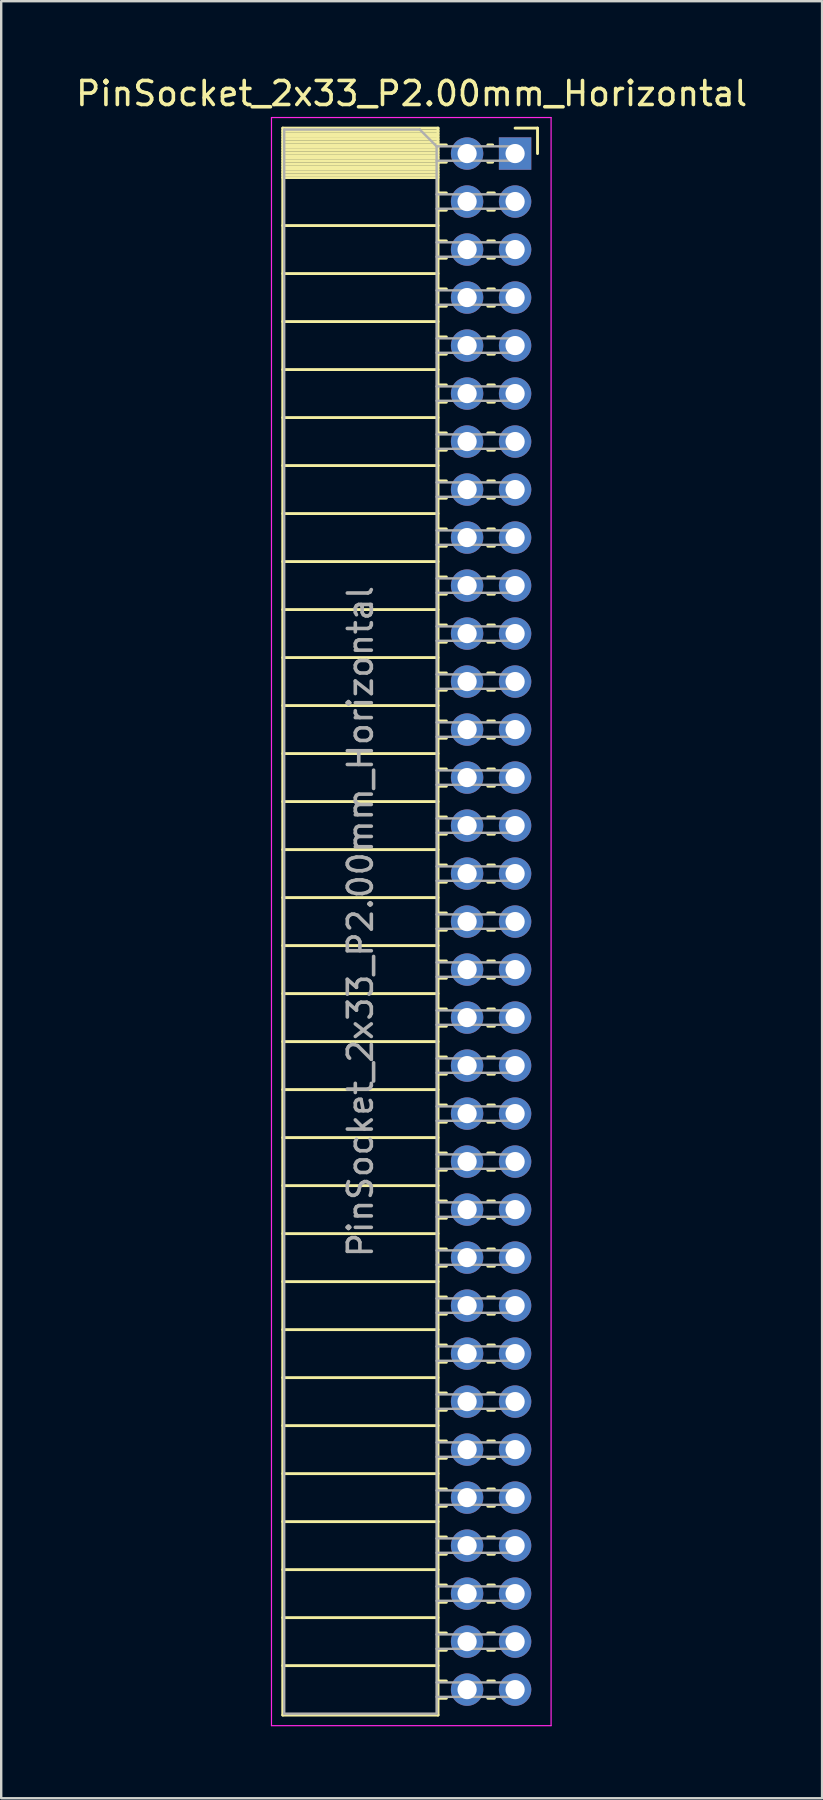
<source format=kicad_pcb>
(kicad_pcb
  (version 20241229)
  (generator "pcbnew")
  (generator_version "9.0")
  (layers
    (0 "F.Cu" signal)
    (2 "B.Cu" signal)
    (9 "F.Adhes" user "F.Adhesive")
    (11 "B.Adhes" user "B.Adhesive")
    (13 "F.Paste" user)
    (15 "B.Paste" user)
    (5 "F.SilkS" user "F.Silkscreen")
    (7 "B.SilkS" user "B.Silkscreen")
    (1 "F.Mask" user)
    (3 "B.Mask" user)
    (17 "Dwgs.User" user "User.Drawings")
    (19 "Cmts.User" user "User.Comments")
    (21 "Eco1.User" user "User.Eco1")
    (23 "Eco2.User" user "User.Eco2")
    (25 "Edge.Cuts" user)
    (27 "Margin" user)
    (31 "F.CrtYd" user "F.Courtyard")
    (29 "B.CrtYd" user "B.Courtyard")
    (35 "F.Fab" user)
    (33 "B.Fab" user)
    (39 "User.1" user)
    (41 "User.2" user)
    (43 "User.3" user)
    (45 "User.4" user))
  (footprint "PinSocket_2x33_P2.00mm_Horizontal"
    (layer "F.Cu")
    (at 18.411 3.348)
    (property "Reference" "PinSocket_2x33_P2.00mm_Horizontal" (at -4.31 -2.5 0) (layer "F.SilkS") (effects (font (size 1 1) (thickness 0.15))))
    (attr through_hole)
    (fp_line (start -9.68 -1.06) (end -9.68 65.06) (stroke (width 0.12) (type solid)) (layer "F.SilkS"))
    (fp_line (start -9.68 -1.06) (end -3.21 -1.06) (stroke (width 0.12) (type solid)) (layer "F.SilkS"))
    (fp_line (start -9.68 -0.94) (end -3.21 -0.94) (stroke (width 0.12) (type solid)) (layer "F.SilkS"))
    (fp_line (start -9.68 -0.826) (end -3.21 -0.826) (stroke (width 0.12) (type solid)) (layer "F.SilkS"))
    (fp_line (start -9.68 -0.712) (end -3.21 -0.712) (stroke (width 0.12) (type solid)) (layer "F.SilkS"))
    (fp_line (start -9.68 -0.598) (end -3.21 -0.598) (stroke (width 0.12) (type solid)) (layer "F.SilkS"))
    (fp_line (start -9.68 -0.484) (end -3.21 -0.484) (stroke (width 0.12) (type solid)) (layer "F.SilkS"))
    (fp_line (start -9.68 -0.369) (end -3.21 -0.369) (stroke (width 0.12) (type solid)) (layer "F.SilkS"))
    (fp_line (start -9.68 -0.255) (end -3.21 -0.255) (stroke (width 0.12) (type solid)) (layer "F.SilkS"))
    (fp_line (start -9.68 -0.141) (end -3.21 -0.141) (stroke (width 0.12) (type solid)) (layer "F.SilkS"))
    (fp_line (start -9.68 -0.027) (end -3.21 -0.027) (stroke (width 0.12) (type solid)) (layer "F.SilkS"))
    (fp_line (start -9.68 0.087) (end -3.21 0.087) (stroke (width 0.12) (type solid)) (layer "F.SilkS"))
    (fp_line (start -9.68 0.201) (end -3.21 0.201) (stroke (width 0.12) (type solid)) (layer "F.SilkS"))
    (fp_line (start -9.68 0.315) (end -3.21 0.315) (stroke (width 0.12) (type solid)) (layer "F.SilkS"))
    (fp_line (start -9.68 0.429) (end -3.21 0.429) (stroke (width 0.12) (type solid)) (layer "F.SilkS"))
    (fp_line (start -9.68 0.544) (end -3.21 0.544) (stroke (width 0.12) (type solid)) (layer "F.SilkS"))
    (fp_line (start -9.68 0.658) (end -3.21 0.658) (stroke (width 0.12) (type solid)) (layer "F.SilkS"))
    (fp_line (start -9.68 0.772) (end -3.21 0.772) (stroke (width 0.12) (type solid)) (layer "F.SilkS"))
    (fp_line (start -9.68 0.886) (end -3.21 0.886) (stroke (width 0.12) (type solid)) (layer "F.SilkS"))
    (fp_line (start -9.68 1) (end -3.21 1) (stroke (width 0.12) (type solid)) (layer "F.SilkS"))
    (fp_line (start -9.68 3) (end -3.21 3) (stroke (width 0.12) (type solid)) (layer "F.SilkS"))
    (fp_line (start -9.68 5) (end -3.21 5) (stroke (width 0.12) (type solid)) (layer "F.SilkS"))
    (fp_line (start -9.68 7) (end -3.21 7) (stroke (width 0.12) (type solid)) (layer "F.SilkS"))
    (fp_line (start -9.68 9) (end -3.21 9) (stroke (width 0.12) (type solid)) (layer "F.SilkS"))
    (fp_line (start -9.68 11) (end -3.21 11) (stroke (width 0.12) (type solid)) (layer "F.SilkS"))
    (fp_line (start -9.68 13) (end -3.21 13) (stroke (width 0.12) (type solid)) (layer "F.SilkS"))
    (fp_line (start -9.68 15) (end -3.21 15) (stroke (width 0.12) (type solid)) (layer "F.SilkS"))
    (fp_line (start -9.68 17) (end -3.21 17) (stroke (width 0.12) (type solid)) (layer "F.SilkS"))
    (fp_line (start -9.68 19) (end -3.21 19) (stroke (width 0.12) (type solid)) (layer "F.SilkS"))
    (fp_line (start -9.68 21) (end -3.21 21) (stroke (width 0.12) (type solid)) (layer "F.SilkS"))
    (fp_line (start -9.68 23) (end -3.21 23) (stroke (width 0.12) (type solid)) (layer "F.SilkS"))
    (fp_line (start -9.68 25) (end -3.21 25) (stroke (width 0.12) (type solid)) (layer "F.SilkS"))
    (fp_line (start -9.68 27) (end -3.21 27) (stroke (width 0.12) (type solid)) (layer "F.SilkS"))
    (fp_line (start -9.68 29) (end -3.21 29) (stroke (width 0.12) (type solid)) (layer "F.SilkS"))
    (fp_line (start -9.68 31) (end -3.21 31) (stroke (width 0.12) (type solid)) (layer "F.SilkS"))
    (fp_line (start -9.68 33) (end -3.21 33) (stroke (width 0.12) (type solid)) (layer "F.SilkS"))
    (fp_line (start -9.68 35) (end -3.21 35) (stroke (width 0.12) (type solid)) (layer "F.SilkS"))
    (fp_line (start -9.68 37) (end -3.21 37) (stroke (width 0.12) (type solid)) (layer "F.SilkS"))
    (fp_line (start -9.68 39) (end -3.21 39) (stroke (width 0.12) (type solid)) (layer "F.SilkS"))
    (fp_line (start -9.68 41) (end -3.21 41) (stroke (width 0.12) (type solid)) (layer "F.SilkS"))
    (fp_line (start -9.68 43) (end -3.21 43) (stroke (width 0.12) (type solid)) (layer "F.SilkS"))
    (fp_line (start -9.68 45) (end -3.21 45) (stroke (width 0.12) (type solid)) (layer "F.SilkS"))
    (fp_line (start -9.68 47) (end -3.21 47) (stroke (width 0.12) (type solid)) (layer "F.SilkS"))
    (fp_line (start -9.68 49) (end -3.21 49) (stroke (width 0.12) (type solid)) (layer "F.SilkS"))
    (fp_line (start -9.68 51) (end -3.21 51) (stroke (width 0.12) (type solid)) (layer "F.SilkS"))
    (fp_line (start -9.68 53) (end -3.21 53) (stroke (width 0.12) (type solid)) (layer "F.SilkS"))
    (fp_line (start -9.68 55) (end -3.21 55) (stroke (width 0.12) (type solid)) (layer "F.SilkS"))
    (fp_line (start -9.68 57) (end -3.21 57) (stroke (width 0.12) (type solid)) (layer "F.SilkS"))
    (fp_line (start -9.68 59) (end -3.21 59) (stroke (width 0.12) (type solid)) (layer "F.SilkS"))
    (fp_line (start -9.68 61) (end -3.21 61) (stroke (width 0.12) (type solid)) (layer "F.SilkS"))
    (fp_line (start -9.68 63) (end -3.21 63) (stroke (width 0.12) (type solid)) (layer "F.SilkS"))
    (fp_line (start -9.68 65.06) (end -3.21 65.06) (stroke (width 0.12) (type solid)) (layer "F.SilkS"))
    (fp_line (start -3.21 -1.06) (end -3.21 65.06) (stroke (width 0.12) (type solid)) (layer "F.SilkS"))
    (fp_line (start -3.21 -0.36) (end -2.863 -0.36) (stroke (width 0.12) (type solid)) (layer "F.SilkS"))
    (fp_line (start -3.21 0.36) (end -2.863 0.36) (stroke (width 0.12) (type solid)) (layer "F.SilkS"))
    (fp_line (start -3.21 1.64) (end -2.863 1.64) (stroke (width 0.12) (type solid)) (layer "F.SilkS"))
    (fp_line (start -3.21 2.36) (end -2.863 2.36) (stroke (width 0.12) (type solid)) (layer "F.SilkS"))
    (fp_line (start -3.21 3.64) (end -2.863 3.64) (stroke (width 0.12) (type solid)) (layer "F.SilkS"))
    (fp_line (start -3.21 4.36) (end -2.863 4.36) (stroke (width 0.12) (type solid)) (layer "F.SilkS"))
    (fp_line (start -3.21 5.64) (end -2.863 5.64) (stroke (width 0.12) (type solid)) (layer "F.SilkS"))
    (fp_line (start -3.21 6.36) (end -2.863 6.36) (stroke (width 0.12) (type solid)) (layer "F.SilkS"))
    (fp_line (start -3.21 7.64) (end -2.863 7.64) (stroke (width 0.12) (type solid)) (layer "F.SilkS"))
    (fp_line (start -3.21 8.36) (end -2.863 8.36) (stroke (width 0.12) (type solid)) (layer "F.SilkS"))
    (fp_line (start -3.21 9.64) (end -2.863 9.64) (stroke (width 0.12) (type solid)) (layer "F.SilkS"))
    (fp_line (start -3.21 10.36) (end -2.863 10.36) (stroke (width 0.12) (type solid)) (layer "F.SilkS"))
    (fp_line (start -3.21 11.64) (end -2.863 11.64) (stroke (width 0.12) (type solid)) (layer "F.SilkS"))
    (fp_line (start -3.21 12.36) (end -2.863 12.36) (stroke (width 0.12) (type solid)) (layer "F.SilkS"))
    (fp_line (start -3.21 13.64) (end -2.863 13.64) (stroke (width 0.12) (type solid)) (layer "F.SilkS"))
    (fp_line (start -3.21 14.36) (end -2.863 14.36) (stroke (width 0.12) (type solid)) (layer "F.SilkS"))
    (fp_line (start -3.21 15.64) (end -2.863 15.64) (stroke (width 0.12) (type solid)) (layer "F.SilkS"))
    (fp_line (start -3.21 16.36) (end -2.863 16.36) (stroke (width 0.12) (type solid)) (layer "F.SilkS"))
    (fp_line (start -3.21 17.64) (end -2.863 17.64) (stroke (width 0.12) (type solid)) (layer "F.SilkS"))
    (fp_line (start -3.21 18.36) (end -2.863 18.36) (stroke (width 0.12) (type solid)) (layer "F.SilkS"))
    (fp_line (start -3.21 19.64) (end -2.863 19.64) (stroke (width 0.12) (type solid)) (layer "F.SilkS"))
    (fp_line (start -3.21 20.36) (end -2.863 20.36) (stroke (width 0.12) (type solid)) (layer "F.SilkS"))
    (fp_line (start -3.21 21.64) (end -2.863 21.64) (stroke (width 0.12) (type solid)) (layer "F.SilkS"))
    (fp_line (start -3.21 22.36) (end -2.863 22.36) (stroke (width 0.12) (type solid)) (layer "F.SilkS"))
    (fp_line (start -3.21 23.64) (end -2.863 23.64) (stroke (width 0.12) (type solid)) (layer "F.SilkS"))
    (fp_line (start -3.21 24.36) (end -2.863 24.36) (stroke (width 0.12) (type solid)) (layer "F.SilkS"))
    (fp_line (start -3.21 25.64) (end -2.863 25.64) (stroke (width 0.12) (type solid)) (layer "F.SilkS"))
    (fp_line (start -3.21 26.36) (end -2.863 26.36) (stroke (width 0.12) (type solid)) (layer "F.SilkS"))
    (fp_line (start -3.21 27.64) (end -2.863 27.64) (stroke (width 0.12) (type solid)) (layer "F.SilkS"))
    (fp_line (start -3.21 28.36) (end -2.863 28.36) (stroke (width 0.12) (type solid)) (layer "F.SilkS"))
    (fp_line (start -3.21 29.64) (end -2.863 29.64) (stroke (width 0.12) (type solid)) (layer "F.SilkS"))
    (fp_line (start -3.21 30.36) (end -2.863 30.36) (stroke (width 0.12) (type solid)) (layer "F.SilkS"))
    (fp_line (start -3.21 31.64) (end -2.863 31.64) (stroke (width 0.12) (type solid)) (layer "F.SilkS"))
    (fp_line (start -3.21 32.36) (end -2.863 32.36) (stroke (width 0.12) (type solid)) (layer "F.SilkS"))
    (fp_line (start -3.21 33.64) (end -2.863 33.64) (stroke (width 0.12) (type solid)) (layer "F.SilkS"))
    (fp_line (start -3.21 34.36) (end -2.863 34.36) (stroke (width 0.12) (type solid)) (layer "F.SilkS"))
    (fp_line (start -3.21 35.64) (end -2.863 35.64) (stroke (width 0.12) (type solid)) (layer "F.SilkS"))
    (fp_line (start -3.21 36.36) (end -2.863 36.36) (stroke (width 0.12) (type solid)) (layer "F.SilkS"))
    (fp_line (start -3.21 37.64) (end -2.863 37.64) (stroke (width 0.12) (type solid)) (layer "F.SilkS"))
    (fp_line (start -3.21 38.36) (end -2.863 38.36) (stroke (width 0.12) (type solid)) (layer "F.SilkS"))
    (fp_line (start -3.21 39.64) (end -2.863 39.64) (stroke (width 0.12) (type solid)) (layer "F.SilkS"))
    (fp_line (start -3.21 40.36) (end -2.863 40.36) (stroke (width 0.12) (type solid)) (layer "F.SilkS"))
    (fp_line (start -3.21 41.64) (end -2.863 41.64) (stroke (width 0.12) (type solid)) (layer "F.SilkS"))
    (fp_line (start -3.21 42.36) (end -2.863 42.36) (stroke (width 0.12) (type solid)) (layer "F.SilkS"))
    (fp_line (start -3.21 43.64) (end -2.863 43.64) (stroke (width 0.12) (type solid)) (layer "F.SilkS"))
    (fp_line (start -3.21 44.36) (end -2.863 44.36) (stroke (width 0.12) (type solid)) (layer "F.SilkS"))
    (fp_line (start -3.21 45.64) (end -2.863 45.64) (stroke (width 0.12) (type solid)) (layer "F.SilkS"))
    (fp_line (start -3.21 46.36) (end -2.863 46.36) (stroke (width 0.12) (type solid)) (layer "F.SilkS"))
    (fp_line (start -3.21 47.64) (end -2.863 47.64) (stroke (width 0.12) (type solid)) (layer "F.SilkS"))
    (fp_line (start -3.21 48.36) (end -2.863 48.36) (stroke (width 0.12) (type solid)) (layer "F.SilkS"))
    (fp_line (start -3.21 49.64) (end -2.863 49.64) (stroke (width 0.12) (type solid)) (layer "F.SilkS"))
    (fp_line (start -3.21 50.36) (end -2.863 50.36) (stroke (width 0.12) (type solid)) (layer "F.SilkS"))
    (fp_line (start -3.21 51.64) (end -2.863 51.64) (stroke (width 0.12) (type solid)) (layer "F.SilkS"))
    (fp_line (start -3.21 52.36) (end -2.863 52.36) (stroke (width 0.12) (type solid)) (layer "F.SilkS"))
    (fp_line (start -3.21 53.64) (end -2.863 53.64) (stroke (width 0.12) (type solid)) (layer "F.SilkS"))
    (fp_line (start -3.21 54.36) (end -2.863 54.36) (stroke (width 0.12) (type solid)) (layer "F.SilkS"))
    (fp_line (start -3.21 55.64) (end -2.863 55.64) (stroke (width 0.12) (type solid)) (layer "F.SilkS"))
    (fp_line (start -3.21 56.36) (end -2.863 56.36) (stroke (width 0.12) (type solid)) (layer "F.SilkS"))
    (fp_line (start -3.21 57.64) (end -2.863 57.64) (stroke (width 0.12) (type solid)) (layer "F.SilkS"))
    (fp_line (start -3.21 58.36) (end -2.863 58.36) (stroke (width 0.12) (type solid)) (layer "F.SilkS"))
    (fp_line (start -3.21 59.64) (end -2.863 59.64) (stroke (width 0.12) (type solid)) (layer "F.SilkS"))
    (fp_line (start -3.21 60.36) (end -2.863 60.36) (stroke (width 0.12) (type solid)) (layer "F.SilkS"))
    (fp_line (start -3.21 61.64) (end -2.863 61.64) (stroke (width 0.12) (type solid)) (layer "F.SilkS"))
    (fp_line (start -3.21 62.36) (end -2.863 62.36) (stroke (width 0.12) (type solid)) (layer "F.SilkS"))
    (fp_line (start -3.21 63.64) (end -2.863 63.64) (stroke (width 0.12) (type solid)) (layer "F.SilkS"))
    (fp_line (start -3.21 64.36) (end -2.863 64.36) (stroke (width 0.12) (type solid)) (layer "F.SilkS"))
    (fp_line (start -1.137 -0.36) (end -0.935 -0.36) (stroke (width 0.12) (type solid)) (layer "F.SilkS"))
    (fp_line (start -1.137 0.36) (end -0.935 0.36) (stroke (width 0.12) (type solid)) (layer "F.SilkS"))
    (fp_line (start -1.137 1.64) (end -0.863 1.64) (stroke (width 0.12) (type solid)) (layer "F.SilkS"))
    (fp_line (start -1.137 2.36) (end -0.863 2.36) (stroke (width 0.12) (type solid)) (layer "F.SilkS"))
    (fp_line (start -1.137 3.64) (end -0.863 3.64) (stroke (width 0.12) (type solid)) (layer "F.SilkS"))
    (fp_line (start -1.137 4.36) (end -0.863 4.36) (stroke (width 0.12) (type solid)) (layer "F.SilkS"))
    (fp_line (start -1.137 5.64) (end -0.863 5.64) (stroke (width 0.12) (type solid)) (layer "F.SilkS"))
    (fp_line (start -1.137 6.36) (end -0.863 6.36) (stroke (width 0.12) (type solid)) (layer "F.SilkS"))
    (fp_line (start -1.137 7.64) (end -0.863 7.64) (stroke (width 0.12) (type solid)) (layer "F.SilkS"))
    (fp_line (start -1.137 8.36) (end -0.863 8.36) (stroke (width 0.12) (type solid)) (layer "F.SilkS"))
    (fp_line (start -1.137 9.64) (end -0.863 9.64) (stroke (width 0.12) (type solid)) (layer "F.SilkS"))
    (fp_line (start -1.137 10.36) (end -0.863 10.36) (stroke (width 0.12) (type solid)) (layer "F.SilkS"))
    (fp_line (start -1.137 11.64) (end -0.863 11.64) (stroke (width 0.12) (type solid)) (layer "F.SilkS"))
    (fp_line (start -1.137 12.36) (end -0.863 12.36) (stroke (width 0.12) (type solid)) (layer "F.SilkS"))
    (fp_line (start -1.137 13.64) (end -0.863 13.64) (stroke (width 0.12) (type solid)) (layer "F.SilkS"))
    (fp_line (start -1.137 14.36) (end -0.863 14.36) (stroke (width 0.12) (type solid)) (layer "F.SilkS"))
    (fp_line (start -1.137 15.64) (end -0.863 15.64) (stroke (width 0.12) (type solid)) (layer "F.SilkS"))
    (fp_line (start -1.137 16.36) (end -0.863 16.36) (stroke (width 0.12) (type solid)) (layer "F.SilkS"))
    (fp_line (start -1.137 17.64) (end -0.863 17.64) (stroke (width 0.12) (type solid)) (layer "F.SilkS"))
    (fp_line (start -1.137 18.36) (end -0.863 18.36) (stroke (width 0.12) (type solid)) (layer "F.SilkS"))
    (fp_line (start -1.137 19.64) (end -0.863 19.64) (stroke (width 0.12) (type solid)) (layer "F.SilkS"))
    (fp_line (start -1.137 20.36) (end -0.863 20.36) (stroke (width 0.12) (type solid)) (layer "F.SilkS"))
    (fp_line (start -1.137 21.64) (end -0.863 21.64) (stroke (width 0.12) (type solid)) (layer "F.SilkS"))
    (fp_line (start -1.137 22.36) (end -0.863 22.36) (stroke (width 0.12) (type solid)) (layer "F.SilkS"))
    (fp_line (start -1.137 23.64) (end -0.863 23.64) (stroke (width 0.12) (type solid)) (layer "F.SilkS"))
    (fp_line (start -1.137 24.36) (end -0.863 24.36) (stroke (width 0.12) (type solid)) (layer "F.SilkS"))
    (fp_line (start -1.137 25.64) (end -0.863 25.64) (stroke (width 0.12) (type solid)) (layer "F.SilkS"))
    (fp_line (start -1.137 26.36) (end -0.863 26.36) (stroke (width 0.12) (type solid)) (layer "F.SilkS"))
    (fp_line (start -1.137 27.64) (end -0.863 27.64) (stroke (width 0.12) (type solid)) (layer "F.SilkS"))
    (fp_line (start -1.137 28.36) (end -0.863 28.36) (stroke (width 0.12) (type solid)) (layer "F.SilkS"))
    (fp_line (start -1.137 29.64) (end -0.863 29.64) (stroke (width 0.12) (type solid)) (layer "F.SilkS"))
    (fp_line (start -1.137 30.36) (end -0.863 30.36) (stroke (width 0.12) (type solid)) (layer "F.SilkS"))
    (fp_line (start -1.137 31.64) (end -0.863 31.64) (stroke (width 0.12) (type solid)) (layer "F.SilkS"))
    (fp_line (start -1.137 32.36) (end -0.863 32.36) (stroke (width 0.12) (type solid)) (layer "F.SilkS"))
    (fp_line (start -1.137 33.64) (end -0.863 33.64) (stroke (width 0.12) (type solid)) (layer "F.SilkS"))
    (fp_line (start -1.137 34.36) (end -0.863 34.36) (stroke (width 0.12) (type solid)) (layer "F.SilkS"))
    (fp_line (start -1.137 35.64) (end -0.863 35.64) (stroke (width 0.12) (type solid)) (layer "F.SilkS"))
    (fp_line (start -1.137 36.36) (end -0.863 36.36) (stroke (width 0.12) (type solid)) (layer "F.SilkS"))
    (fp_line (start -1.137 37.64) (end -0.863 37.64) (stroke (width 0.12) (type solid)) (layer "F.SilkS"))
    (fp_line (start -1.137 38.36) (end -0.863 38.36) (stroke (width 0.12) (type solid)) (layer "F.SilkS"))
    (fp_line (start -1.137 39.64) (end -0.863 39.64) (stroke (width 0.12) (type solid)) (layer "F.SilkS"))
    (fp_line (start -1.137 40.36) (end -0.863 40.36) (stroke (width 0.12) (type solid)) (layer "F.SilkS"))
    (fp_line (start -1.137 41.64) (end -0.863 41.64) (stroke (width 0.12) (type solid)) (layer "F.SilkS"))
    (fp_line (start -1.137 42.36) (end -0.863 42.36) (stroke (width 0.12) (type solid)) (layer "F.SilkS"))
    (fp_line (start -1.137 43.64) (end -0.863 43.64) (stroke (width 0.12) (type solid)) (layer "F.SilkS"))
    (fp_line (start -1.137 44.36) (end -0.863 44.36) (stroke (width 0.12) (type solid)) (layer "F.SilkS"))
    (fp_line (start -1.137 45.64) (end -0.863 45.64) (stroke (width 0.12) (type solid)) (layer "F.SilkS"))
    (fp_line (start -1.137 46.36) (end -0.863 46.36) (stroke (width 0.12) (type solid)) (layer "F.SilkS"))
    (fp_line (start -1.137 47.64) (end -0.863 47.64) (stroke (width 0.12) (type solid)) (layer "F.SilkS"))
    (fp_line (start -1.137 48.36) (end -0.863 48.36) (stroke (width 0.12) (type solid)) (layer "F.SilkS"))
    (fp_line (start -1.137 49.64) (end -0.863 49.64) (stroke (width 0.12) (type solid)) (layer "F.SilkS"))
    (fp_line (start -1.137 50.36) (end -0.863 50.36) (stroke (width 0.12) (type solid)) (layer "F.SilkS"))
    (fp_line (start -1.137 51.64) (end -0.863 51.64) (stroke (width 0.12) (type solid)) (layer "F.SilkS"))
    (fp_line (start -1.137 52.36) (end -0.863 52.36) (stroke (width 0.12) (type solid)) (layer "F.SilkS"))
    (fp_line (start -1.137 53.64) (end -0.863 53.64) (stroke (width 0.12) (type solid)) (layer "F.SilkS"))
    (fp_line (start -1.137 54.36) (end -0.863 54.36) (stroke (width 0.12) (type solid)) (layer "F.SilkS"))
    (fp_line (start -1.137 55.64) (end -0.863 55.64) (stroke (width 0.12) (type solid)) (layer "F.SilkS"))
    (fp_line (start -1.137 56.36) (end -0.863 56.36) (stroke (width 0.12) (type solid)) (layer "F.SilkS"))
    (fp_line (start -1.137 57.64) (end -0.863 57.64) (stroke (width 0.12) (type solid)) (layer "F.SilkS"))
    (fp_line (start -1.137 58.36) (end -0.863 58.36) (stroke (width 0.12) (type solid)) (layer "F.SilkS"))
    (fp_line (start -1.137 59.64) (end -0.863 59.64) (stroke (width 0.12) (type solid)) (layer "F.SilkS"))
    (fp_line (start -1.137 60.36) (end -0.863 60.36) (stroke (width 0.12) (type solid)) (layer "F.SilkS"))
    (fp_line (start -1.137 61.64) (end -0.863 61.64) (stroke (width 0.12) (type solid)) (layer "F.SilkS"))
    (fp_line (start -1.137 62.36) (end -0.863 62.36) (stroke (width 0.12) (type solid)) (layer "F.SilkS"))
    (fp_line (start -1.137 63.64) (end -0.863 63.64) (stroke (width 0.12) (type solid)) (layer "F.SilkS"))
    (fp_line (start -1.137 64.36) (end -0.863 64.36) (stroke (width 0.12) (type solid)) (layer "F.SilkS"))
    (fp_line (start 0 -1.06) (end 0.935 -1.06) (stroke (width 0.12) (type solid)) (layer "F.SilkS"))
    (fp_line (start 0.935 -1.06) (end 0.935 0) (stroke (width 0.12) (type solid)) (layer "F.SilkS"))
    (fp_line (start -10.15 -1.5) (end -10.15 65.5) (stroke (width 0.05) (type solid)) (layer "F.CrtYd"))
    (fp_line (start -10.15 65.5) (end 1.5 65.5) (stroke (width 0.05) (type solid)) (layer "F.CrtYd"))
    (fp_line (start 1.5 -1.5) (end -10.15 -1.5) (stroke (width 0.05) (type solid)) (layer "F.CrtYd"))
    (fp_line (start 1.5 65.5) (end 1.5 -1.5) (stroke (width 0.05) (type solid)) (layer "F.CrtYd"))
    (fp_line (start -9.62 -1) (end -3.97 -1) (stroke (width 0.1) (type solid)) (layer "F.Fab"))
    (fp_line (start -9.62 65) (end -9.62 -1) (stroke (width 0.1) (type solid)) (layer "F.Fab"))
    (fp_line (start -3.97 -1) (end -3.27 -0.3) (stroke (width 0.1) (type solid)) (layer "F.Fab"))
    (fp_line (start -3.27 -0.3) (end -3.27 65) (stroke (width 0.1) (type solid)) (layer "F.Fab"))
    (fp_line (start -3.27 0.3) (end 0 0.3) (stroke (width 0.1) (type solid)) (layer "F.Fab"))
    (fp_line (start -3.27 2.3) (end 0 2.3) (stroke (width 0.1) (type solid)) (layer "F.Fab"))
    (fp_line (start -3.27 4.3) (end 0 4.3) (stroke (width 0.1) (type solid)) (layer "F.Fab"))
    (fp_line (start -3.27 6.3) (end 0 6.3) (stroke (width 0.1) (type solid)) (layer "F.Fab"))
    (fp_line (start -3.27 8.3) (end 0 8.3) (stroke (width 0.1) (type solid)) (layer "F.Fab"))
    (fp_line (start -3.27 10.3) (end 0 10.3) (stroke (width 0.1) (type solid)) (layer "F.Fab"))
    (fp_line (start -3.27 12.3) (end 0 12.3) (stroke (width 0.1) (type solid)) (layer "F.Fab"))
    (fp_line (start -3.27 14.3) (end 0 14.3) (stroke (width 0.1) (type solid)) (layer "F.Fab"))
    (fp_line (start -3.27 16.3) (end 0 16.3) (stroke (width 0.1) (type solid)) (layer "F.Fab"))
    (fp_line (start -3.27 18.3) (end 0 18.3) (stroke (width 0.1) (type solid)) (layer "F.Fab"))
    (fp_line (start -3.27 20.3) (end 0 20.3) (stroke (width 0.1) (type solid)) (layer "F.Fab"))
    (fp_line (start -3.27 22.3) (end 0 22.3) (stroke (width 0.1) (type solid)) (layer "F.Fab"))
    (fp_line (start -3.27 24.3) (end 0 24.3) (stroke (width 0.1) (type solid)) (layer "F.Fab"))
    (fp_line (start -3.27 26.3) (end 0 26.3) (stroke (width 0.1) (type solid)) (layer "F.Fab"))
    (fp_line (start -3.27 28.3) (end 0 28.3) (stroke (width 0.1) (type solid)) (layer "F.Fab"))
    (fp_line (start -3.27 30.3) (end 0 30.3) (stroke (width 0.1) (type solid)) (layer "F.Fab"))
    (fp_line (start -3.27 32.3) (end 0 32.3) (stroke (width 0.1) (type solid)) (layer "F.Fab"))
    (fp_line (start -3.27 34.3) (end 0 34.3) (stroke (width 0.1) (type solid)) (layer "F.Fab"))
    (fp_line (start -3.27 36.3) (end 0 36.3) (stroke (width 0.1) (type solid)) (layer "F.Fab"))
    (fp_line (start -3.27 38.3) (end 0 38.3) (stroke (width 0.1) (type solid)) (layer "F.Fab"))
    (fp_line (start -3.27 40.3) (end 0 40.3) (stroke (width 0.1) (type solid)) (layer "F.Fab"))
    (fp_line (start -3.27 42.3) (end 0 42.3) (stroke (width 0.1) (type solid)) (layer "F.Fab"))
    (fp_line (start -3.27 44.3) (end 0 44.3) (stroke (width 0.1) (type solid)) (layer "F.Fab"))
    (fp_line (start -3.27 46.3) (end 0 46.3) (stroke (width 0.1) (type solid)) (layer "F.Fab"))
    (fp_line (start -3.27 48.3) (end 0 48.3) (stroke (width 0.1) (type solid)) (layer "F.Fab"))
    (fp_line (start -3.27 50.3) (end 0 50.3) (stroke (width 0.1) (type solid)) (layer "F.Fab"))
    (fp_line (start -3.27 52.3) (end 0 52.3) (stroke (width 0.1) (type solid)) (layer "F.Fab"))
    (fp_line (start -3.27 54.3) (end 0 54.3) (stroke (width 0.1) (type solid)) (layer "F.Fab"))
    (fp_line (start -3.27 56.3) (end 0 56.3) (stroke (width 0.1) (type solid)) (layer "F.Fab"))
    (fp_line (start -3.27 58.3) (end 0 58.3) (stroke (width 0.1) (type solid)) (layer "F.Fab"))
    (fp_line (start -3.27 60.3) (end 0 60.3) (stroke (width 0.1) (type solid)) (layer "F.Fab"))
    (fp_line (start -3.27 62.3) (end 0 62.3) (stroke (width 0.1) (type solid)) (layer "F.Fab"))
    (fp_line (start -3.27 64.3) (end 0 64.3) (stroke (width 0.1) (type solid)) (layer "F.Fab"))
    (fp_line (start -3.27 65) (end -9.62 65) (stroke (width 0.1) (type solid)) (layer "F.Fab"))
    (fp_line (start 0 -0.3) (end -3.27 -0.3) (stroke (width 0.1) (type solid)) (layer "F.Fab"))
    (fp_line (start 0 0.3) (end 0 -0.3) (stroke (width 0.1) (type solid)) (layer "F.Fab"))
    (fp_line (start 0 1.7) (end -3.27 1.7) (stroke (width 0.1) (type solid)) (layer "F.Fab"))
    (fp_line (start 0 2.3) (end 0 1.7) (stroke (width 0.1) (type solid)) (layer "F.Fab"))
    (fp_line (start 0 3.7) (end -3.27 3.7) (stroke (width 0.1) (type solid)) (layer "F.Fab"))
    (fp_line (start 0 4.3) (end 0 3.7) (stroke (width 0.1) (type solid)) (layer "F.Fab"))
    (fp_line (start 0 5.7) (end -3.27 5.7) (stroke (width 0.1) (type solid)) (layer "F.Fab"))
    (fp_line (start 0 6.3) (end 0 5.7) (stroke (width 0.1) (type solid)) (layer "F.Fab"))
    (fp_line (start 0 7.7) (end -3.27 7.7) (stroke (width 0.1) (type solid)) (layer "F.Fab"))
    (fp_line (start 0 8.3) (end 0 7.7) (stroke (width 0.1) (type solid)) (layer "F.Fab"))
    (fp_line (start 0 9.7) (end -3.27 9.7) (stroke (width 0.1) (type solid)) (layer "F.Fab"))
    (fp_line (start 0 10.3) (end 0 9.7) (stroke (width 0.1) (type solid)) (layer "F.Fab"))
    (fp_line (start 0 11.7) (end -3.27 11.7) (stroke (width 0.1) (type solid)) (layer "F.Fab"))
    (fp_line (start 0 12.3) (end 0 11.7) (stroke (width 0.1) (type solid)) (layer "F.Fab"))
    (fp_line (start 0 13.7) (end -3.27 13.7) (stroke (width 0.1) (type solid)) (layer "F.Fab"))
    (fp_line (start 0 14.3) (end 0 13.7) (stroke (width 0.1) (type solid)) (layer "F.Fab"))
    (fp_line (start 0 15.7) (end -3.27 15.7) (stroke (width 0.1) (type solid)) (layer "F.Fab"))
    (fp_line (start 0 16.3) (end 0 15.7) (stroke (width 0.1) (type solid)) (layer "F.Fab"))
    (fp_line (start 0 17.7) (end -3.27 17.7) (stroke (width 0.1) (type solid)) (layer "F.Fab"))
    (fp_line (start 0 18.3) (end 0 17.7) (stroke (width 0.1) (type solid)) (layer "F.Fab"))
    (fp_line (start 0 19.7) (end -3.27 19.7) (stroke (width 0.1) (type solid)) (layer "F.Fab"))
    (fp_line (start 0 20.3) (end 0 19.7) (stroke (width 0.1) (type solid)) (layer "F.Fab"))
    (fp_line (start 0 21.7) (end -3.27 21.7) (stroke (width 0.1) (type solid)) (layer "F.Fab"))
    (fp_line (start 0 22.3) (end 0 21.7) (stroke (width 0.1) (type solid)) (layer "F.Fab"))
    (fp_line (start 0 23.7) (end -3.27 23.7) (stroke (width 0.1) (type solid)) (layer "F.Fab"))
    (fp_line (start 0 24.3) (end 0 23.7) (stroke (width 0.1) (type solid)) (layer "F.Fab"))
    (fp_line (start 0 25.7) (end -3.27 25.7) (stroke (width 0.1) (type solid)) (layer "F.Fab"))
    (fp_line (start 0 26.3) (end 0 25.7) (stroke (width 0.1) (type solid)) (layer "F.Fab"))
    (fp_line (start 0 27.7) (end -3.27 27.7) (stroke (width 0.1) (type solid)) (layer "F.Fab"))
    (fp_line (start 0 28.3) (end 0 27.7) (stroke (width 0.1) (type solid)) (layer "F.Fab"))
    (fp_line (start 0 29.7) (end -3.27 29.7) (stroke (width 0.1) (type solid)) (layer "F.Fab"))
    (fp_line (start 0 30.3) (end 0 29.7) (stroke (width 0.1) (type solid)) (layer "F.Fab"))
    (fp_line (start 0 31.7) (end -3.27 31.7) (stroke (width 0.1) (type solid)) (layer "F.Fab"))
    (fp_line (start 0 32.3) (end 0 31.7) (stroke (width 0.1) (type solid)) (layer "F.Fab"))
    (fp_line (start 0 33.7) (end -3.27 33.7) (stroke (width 0.1) (type solid)) (layer "F.Fab"))
    (fp_line (start 0 34.3) (end 0 33.7) (stroke (width 0.1) (type solid)) (layer "F.Fab"))
    (fp_line (start 0 35.7) (end -3.27 35.7) (stroke (width 0.1) (type solid)) (layer "F.Fab"))
    (fp_line (start 0 36.3) (end 0 35.7) (stroke (width 0.1) (type solid)) (layer "F.Fab"))
    (fp_line (start 0 37.7) (end -3.27 37.7) (stroke (width 0.1) (type solid)) (layer "F.Fab"))
    (fp_line (start 0 38.3) (end 0 37.7) (stroke (width 0.1) (type solid)) (layer "F.Fab"))
    (fp_line (start 0 39.7) (end -3.27 39.7) (stroke (width 0.1) (type solid)) (layer "F.Fab"))
    (fp_line (start 0 40.3) (end 0 39.7) (stroke (width 0.1) (type solid)) (layer "F.Fab"))
    (fp_line (start 0 41.7) (end -3.27 41.7) (stroke (width 0.1) (type solid)) (layer "F.Fab"))
    (fp_line (start 0 42.3) (end 0 41.7) (stroke (width 0.1) (type solid)) (layer "F.Fab"))
    (fp_line (start 0 43.7) (end -3.27 43.7) (stroke (width 0.1) (type solid)) (layer "F.Fab"))
    (fp_line (start 0 44.3) (end 0 43.7) (stroke (width 0.1) (type solid)) (layer "F.Fab"))
    (fp_line (start 0 45.7) (end -3.27 45.7) (stroke (width 0.1) (type solid)) (layer "F.Fab"))
    (fp_line (start 0 46.3) (end 0 45.7) (stroke (width 0.1) (type solid)) (layer "F.Fab"))
    (fp_line (start 0 47.7) (end -3.27 47.7) (stroke (width 0.1) (type solid)) (layer "F.Fab"))
    (fp_line (start 0 48.3) (end 0 47.7) (stroke (width 0.1) (type solid)) (layer "F.Fab"))
    (fp_line (start 0 49.7) (end -3.27 49.7) (stroke (width 0.1) (type solid)) (layer "F.Fab"))
    (fp_line (start 0 50.3) (end 0 49.7) (stroke (width 0.1) (type solid)) (layer "F.Fab"))
    (fp_line (start 0 51.7) (end -3.27 51.7) (stroke (width 0.1) (type solid)) (layer "F.Fab"))
    (fp_line (start 0 52.3) (end 0 51.7) (stroke (width 0.1) (type solid)) (layer "F.Fab"))
    (fp_line (start 0 53.7) (end -3.27 53.7) (stroke (width 0.1) (type solid)) (layer "F.Fab"))
    (fp_line (start 0 54.3) (end 0 53.7) (stroke (width 0.1) (type solid)) (layer "F.Fab"))
    (fp_line (start 0 55.7) (end -3.27 55.7) (stroke (width 0.1) (type solid)) (layer "F.Fab"))
    (fp_line (start 0 56.3) (end 0 55.7) (stroke (width 0.1) (type solid)) (layer "F.Fab"))
    (fp_line (start 0 57.7) (end -3.27 57.7) (stroke (width 0.1) (type solid)) (layer "F.Fab"))
    (fp_line (start 0 58.3) (end 0 57.7) (stroke (width 0.1) (type solid)) (layer "F.Fab"))
    (fp_line (start 0 59.7) (end -3.27 59.7) (stroke (width 0.1) (type solid)) (layer "F.Fab"))
    (fp_line (start 0 60.3) (end 0 59.7) (stroke (width 0.1) (type solid)) (layer "F.Fab"))
    (fp_line (start 0 61.7) (end -3.27 61.7) (stroke (width 0.1) (type solid)) (layer "F.Fab"))
    (fp_line (start 0 62.3) (end 0 61.7) (stroke (width 0.1) (type solid)) (layer "F.Fab"))
    (fp_line (start 0 63.7) (end -3.27 63.7) (stroke (width 0.1) (type solid)) (layer "F.Fab"))
    (fp_line (start 0 64.3) (end 0 63.7) (stroke (width 0.1) (type solid)) (layer "F.Fab"))
    (fp_text user "${REFERENCE}" (at -6.445 32 90) (layer "F.Fab") (effects (font (size 1 1) (thickness 0.15))))
    (pad "1" thru_hole rect (at 0 0) (size 1.35 1.35) (drill 0.8) (layers "*.Cu" "*.Mask"))
    (pad "2" thru_hole oval (at -2 0) (size 1.35 1.35) (drill 0.8) (layers "*.Cu" "*.Mask"))
    (pad "3" thru_hole oval (at 0 2) (size 1.35 1.35) (drill 0.8) (layers "*.Cu" "*.Mask"))
    (pad "4" thru_hole oval (at -2 2) (size 1.35 1.35) (drill 0.8) (layers "*.Cu" "*.Mask"))
    (pad "5" thru_hole oval (at 0 4) (size 1.35 1.35) (drill 0.8) (layers "*.Cu" "*.Mask"))
    (pad "6" thru_hole oval (at -2 4) (size 1.35 1.35) (drill 0.8) (layers "*.Cu" "*.Mask"))
    (pad "7" thru_hole oval (at 0 6) (size 1.35 1.35) (drill 0.8) (layers "*.Cu" "*.Mask"))
    (pad "8" thru_hole oval (at -2 6) (size 1.35 1.35) (drill 0.8) (layers "*.Cu" "*.Mask"))
    (pad "9" thru_hole oval (at 0 8) (size 1.35 1.35) (drill 0.8) (layers "*.Cu" "*.Mask"))
    (pad "10" thru_hole oval (at -2 8) (size 1.35 1.35) (drill 0.8) (layers "*.Cu" "*.Mask"))
    (pad "11" thru_hole oval (at 0 10) (size 1.35 1.35) (drill 0.8) (layers "*.Cu" "*.Mask"))
    (pad "12" thru_hole oval (at -2 10) (size 1.35 1.35) (drill 0.8) (layers "*.Cu" "*.Mask"))
    (pad "13" thru_hole oval (at 0 12) (size 1.35 1.35) (drill 0.8) (layers "*.Cu" "*.Mask"))
    (pad "14" thru_hole oval (at -2 12) (size 1.35 1.35) (drill 0.8) (layers "*.Cu" "*.Mask"))
    (pad "15" thru_hole oval (at 0 14) (size 1.35 1.35) (drill 0.8) (layers "*.Cu" "*.Mask"))
    (pad "16" thru_hole oval (at -2 14) (size 1.35 1.35) (drill 0.8) (layers "*.Cu" "*.Mask"))
    (pad "17" thru_hole oval (at 0 16) (size 1.35 1.35) (drill 0.8) (layers "*.Cu" "*.Mask"))
    (pad "18" thru_hole oval (at -2 16) (size 1.35 1.35) (drill 0.8) (layers "*.Cu" "*.Mask"))
    (pad "19" thru_hole oval (at 0 18) (size 1.35 1.35) (drill 0.8) (layers "*.Cu" "*.Mask"))
    (pad "20" thru_hole oval (at -2 18) (size 1.35 1.35) (drill 0.8) (layers "*.Cu" "*.Mask"))
    (pad "21" thru_hole oval (at 0 20) (size 1.35 1.35) (drill 0.8) (layers "*.Cu" "*.Mask"))
    (pad "22" thru_hole oval (at -2 20) (size 1.35 1.35) (drill 0.8) (layers "*.Cu" "*.Mask"))
    (pad "23" thru_hole oval (at 0 22) (size 1.35 1.35) (drill 0.8) (layers "*.Cu" "*.Mask"))
    (pad "24" thru_hole oval (at -2 22) (size 1.35 1.35) (drill 0.8) (layers "*.Cu" "*.Mask"))
    (pad "25" thru_hole oval (at 0 24) (size 1.35 1.35) (drill 0.8) (layers "*.Cu" "*.Mask"))
    (pad "26" thru_hole oval (at -2 24) (size 1.35 1.35) (drill 0.8) (layers "*.Cu" "*.Mask"))
    (pad "27" thru_hole oval (at 0 26) (size 1.35 1.35) (drill 0.8) (layers "*.Cu" "*.Mask"))
    (pad "28" thru_hole oval (at -2 26) (size 1.35 1.35) (drill 0.8) (layers "*.Cu" "*.Mask"))
    (pad "29" thru_hole oval (at 0 28) (size 1.35 1.35) (drill 0.8) (layers "*.Cu" "*.Mask"))
    (pad "30" thru_hole oval (at -2 28) (size 1.35 1.35) (drill 0.8) (layers "*.Cu" "*.Mask"))
    (pad "31" thru_hole oval (at 0 30) (size 1.35 1.35) (drill 0.8) (layers "*.Cu" "*.Mask"))
    (pad "32" thru_hole oval (at -2 30) (size 1.35 1.35) (drill 0.8) (layers "*.Cu" "*.Mask"))
    (pad "33" thru_hole oval (at 0 32) (size 1.35 1.35) (drill 0.8) (layers "*.Cu" "*.Mask"))
    (pad "34" thru_hole oval (at -2 32) (size 1.35 1.35) (drill 0.8) (layers "*.Cu" "*.Mask"))
    (pad "35" thru_hole oval (at 0 34) (size 1.35 1.35) (drill 0.8) (layers "*.Cu" "*.Mask"))
    (pad "36" thru_hole oval (at -2 34) (size 1.35 1.35) (drill 0.8) (layers "*.Cu" "*.Mask"))
    (pad "37" thru_hole oval (at 0 36) (size 1.35 1.35) (drill 0.8) (layers "*.Cu" "*.Mask"))
    (pad "38" thru_hole oval (at -2 36) (size 1.35 1.35) (drill 0.8) (layers "*.Cu" "*.Mask"))
    (pad "39" thru_hole oval (at 0 38) (size 1.35 1.35) (drill 0.8) (layers "*.Cu" "*.Mask"))
    (pad "40" thru_hole oval (at -2 38) (size 1.35 1.35) (drill 0.8) (layers "*.Cu" "*.Mask"))
    (pad "41" thru_hole oval (at 0 40) (size 1.35 1.35) (drill 0.8) (layers "*.Cu" "*.Mask"))
    (pad "42" thru_hole oval (at -2 40) (size 1.35 1.35) (drill 0.8) (layers "*.Cu" "*.Mask"))
    (pad "43" thru_hole oval (at 0 42) (size 1.35 1.35) (drill 0.8) (layers "*.Cu" "*.Mask"))
    (pad "44" thru_hole oval (at -2 42) (size 1.35 1.35) (drill 0.8) (layers "*.Cu" "*.Mask"))
    (pad "45" thru_hole oval (at 0 44) (size 1.35 1.35) (drill 0.8) (layers "*.Cu" "*.Mask"))
    (pad "46" thru_hole oval (at -2 44) (size 1.35 1.35) (drill 0.8) (layers "*.Cu" "*.Mask"))
    (pad "47" thru_hole oval (at 0 46) (size 1.35 1.35) (drill 0.8) (layers "*.Cu" "*.Mask"))
    (pad "48" thru_hole oval (at -2 46) (size 1.35 1.35) (drill 0.8) (layers "*.Cu" "*.Mask"))
    (pad "49" thru_hole oval (at 0 48) (size 1.35 1.35) (drill 0.8) (layers "*.Cu" "*.Mask"))
    (pad "50" thru_hole oval (at -2 48) (size 1.35 1.35) (drill 0.8) (layers "*.Cu" "*.Mask"))
    (pad "51" thru_hole oval (at 0 50) (size 1.35 1.35) (drill 0.8) (layers "*.Cu" "*.Mask"))
    (pad "52" thru_hole oval (at -2 50) (size 1.35 1.35) (drill 0.8) (layers "*.Cu" "*.Mask"))
    (pad "53" thru_hole oval (at 0 52) (size 1.35 1.35) (drill 0.8) (layers "*.Cu" "*.Mask"))
    (pad "54" thru_hole oval (at -2 52) (size 1.35 1.35) (drill 0.8) (layers "*.Cu" "*.Mask"))
    (pad "55" thru_hole oval (at 0 54) (size 1.35 1.35) (drill 0.8) (layers "*.Cu" "*.Mask"))
    (pad "56" thru_hole oval (at -2 54) (size 1.35 1.35) (drill 0.8) (layers "*.Cu" "*.Mask"))
    (pad "57" thru_hole oval (at 0 56) (size 1.35 1.35) (drill 0.8) (layers "*.Cu" "*.Mask"))
    (pad "58" thru_hole oval (at -2 56) (size 1.35 1.35) (drill 0.8) (layers "*.Cu" "*.Mask"))
    (pad "59" thru_hole oval (at 0 58) (size 1.35 1.35) (drill 0.8) (layers "*.Cu" "*.Mask"))
    (pad "60" thru_hole oval (at -2 58) (size 1.35 1.35) (drill 0.8) (layers "*.Cu" "*.Mask"))
    (pad "61" thru_hole oval (at 0 60) (size 1.35 1.35) (drill 0.8) (layers "*.Cu" "*.Mask"))
    (pad "62" thru_hole oval (at -2 60) (size 1.35 1.35) (drill 0.8) (layers "*.Cu" "*.Mask"))
    (pad "63" thru_hole oval (at 0 62) (size 1.35 1.35) (drill 0.8) (layers "*.Cu" "*.Mask"))
    (pad "64" thru_hole oval (at -2 62) (size 1.35 1.35) (drill 0.8) (layers "*.Cu" "*.Mask"))
    (pad "65" thru_hole oval (at 0 64) (size 1.35 1.35) (drill 0.8) (layers "*.Cu" "*.Mask"))
    (pad "66" thru_hole oval (at -2 64) (size 1.35 1.35) (drill 0.8) (layers "*.Cu" "*.Mask")))
  (gr_rect
    (start -3 -3)
    (end 31.202 71.873)
    (stroke (width 0.1) (type default))
    (fill no)
    (layer "Edge.Cuts")))
</source>
